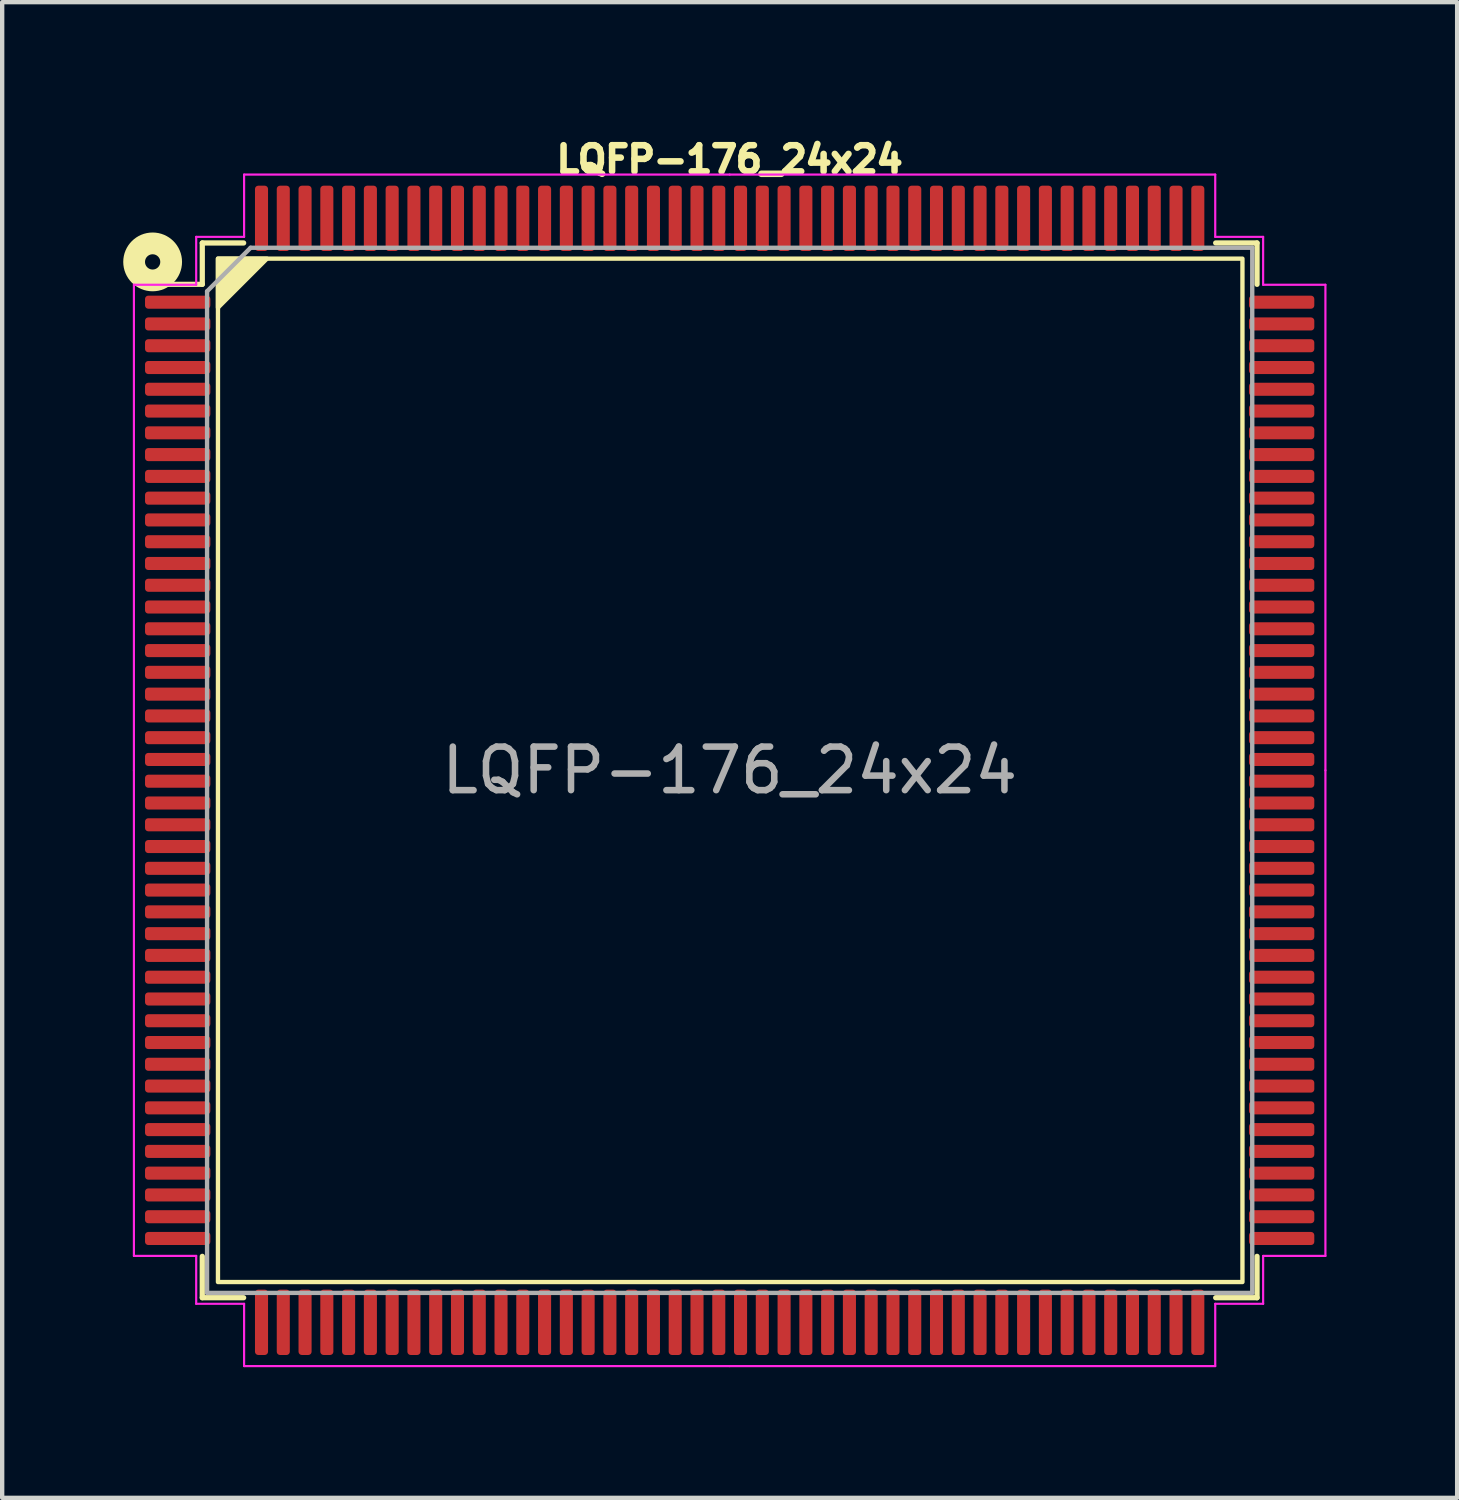
<source format=kicad_pcb>
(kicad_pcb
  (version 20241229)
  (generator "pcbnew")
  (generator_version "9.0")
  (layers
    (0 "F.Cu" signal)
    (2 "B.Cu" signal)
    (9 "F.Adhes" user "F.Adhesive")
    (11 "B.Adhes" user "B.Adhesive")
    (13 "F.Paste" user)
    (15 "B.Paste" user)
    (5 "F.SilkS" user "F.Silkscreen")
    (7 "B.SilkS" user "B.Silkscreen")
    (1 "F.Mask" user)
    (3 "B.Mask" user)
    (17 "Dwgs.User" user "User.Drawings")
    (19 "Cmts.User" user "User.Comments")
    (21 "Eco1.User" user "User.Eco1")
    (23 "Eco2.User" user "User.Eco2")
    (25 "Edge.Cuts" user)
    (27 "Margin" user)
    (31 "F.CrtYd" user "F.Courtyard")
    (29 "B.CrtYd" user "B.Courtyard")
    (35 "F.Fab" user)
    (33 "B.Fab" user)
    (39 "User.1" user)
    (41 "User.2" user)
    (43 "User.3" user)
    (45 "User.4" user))
  (footprint "LQFP-176_24x24"
    (layer "F.Cu")
    (at 13.705 14.639)
    (property "Reference" "LQFP-176_24x24" (at 0 -14.025 0) (layer "F.SilkS") (effects (font (size 0.6 0.6) (thickness 0.15))))
    (attr smd)
    (fp_line (start -12.11 -12.11) (end -12.11 -11.16) (stroke (width 0.12) (type solid)) (layer "F.SilkS"))
    (fp_line (start -12.11 -11.16) (end -13.425 -11.16) (stroke (width 0.12) (type solid)) (layer "F.SilkS"))
    (fp_line (start -12.11 12.11) (end -12.11 11.16) (stroke (width 0.12) (type solid)) (layer "F.SilkS"))
    (fp_line (start -11.16 -12.11) (end -12.11 -12.11) (stroke (width 0.12) (type solid)) (layer "F.SilkS"))
    (fp_line (start -11.16 12.11) (end -12.11 12.11) (stroke (width 0.12) (type solid)) (layer "F.SilkS"))
    (fp_line (start 11.16 -12.11) (end 12.11 -12.11) (stroke (width 0.12) (type solid)) (layer "F.SilkS"))
    (fp_line (start 11.16 12.11) (end 12.11 12.11) (stroke (width 0.12) (type solid)) (layer "F.SilkS"))
    (fp_line (start 12.11 -12.11) (end 12.11 -11.16) (stroke (width 0.12) (type solid)) (layer "F.SilkS"))
    (fp_line (start 12.11 12.11) (end 12.11 11.16) (stroke (width 0.12) (type solid)) (layer "F.SilkS"))
    (fp_rect (start -11.75 -11.75) (end 11.775 11.75) (stroke (width 0.1) (type default)) (fill no) (layer "F.SilkS"))
    (fp_circle (center -13.25 -11.675) (end -13.075 -11.675) (stroke (width 0.5) (type default)) (fill no) (layer "F.SilkS"))
    (fp_poly (pts (xy -11.75 -10.625) (xy -11.75 -11.75) (xy -10.625 -11.75)) (stroke (width 0.1) (type solid)) (fill yes) (layer "F.SilkS"))
    (fp_line (start -13.68 -11.15) (end -13.68 0) (stroke (width 0.05) (type solid)) (layer "F.CrtYd"))
    (fp_line (start -13.68 11.15) (end -13.68 0) (stroke (width 0.05) (type solid)) (layer "F.CrtYd"))
    (fp_line (start -12.25 -12.25) (end -12.25 -11.15) (stroke (width 0.05) (type solid)) (layer "F.CrtYd"))
    (fp_line (start -12.25 -11.15) (end -13.68 -11.15) (stroke (width 0.05) (type solid)) (layer "F.CrtYd"))
    (fp_line (start -12.25 11.15) (end -13.68 11.15) (stroke (width 0.05) (type solid)) (layer "F.CrtYd"))
    (fp_line (start -12.25 12.25) (end -12.25 11.15) (stroke (width 0.05) (type solid)) (layer "F.CrtYd"))
    (fp_line (start -11.15 -13.68) (end -11.15 -12.25) (stroke (width 0.05) (type solid)) (layer "F.CrtYd"))
    (fp_line (start -11.15 -12.25) (end -12.25 -12.25) (stroke (width 0.05) (type solid)) (layer "F.CrtYd"))
    (fp_line (start -11.15 12.25) (end -12.25 12.25) (stroke (width 0.05) (type solid)) (layer "F.CrtYd"))
    (fp_line (start -11.15 13.68) (end -11.15 12.25) (stroke (width 0.05) (type solid)) (layer "F.CrtYd"))
    (fp_line (start 0 -13.68) (end -11.15 -13.68) (stroke (width 0.05) (type solid)) (layer "F.CrtYd"))
    (fp_line (start 0 -13.68) (end 11.15 -13.68) (stroke (width 0.05) (type solid)) (layer "F.CrtYd"))
    (fp_line (start 0 13.68) (end -11.15 13.68) (stroke (width 0.05) (type solid)) (layer "F.CrtYd"))
    (fp_line (start 0 13.68) (end 11.15 13.68) (stroke (width 0.05) (type solid)) (layer "F.CrtYd"))
    (fp_line (start 11.15 -13.68) (end 11.15 -12.25) (stroke (width 0.05) (type solid)) (layer "F.CrtYd"))
    (fp_line (start 11.15 -12.25) (end 12.25 -12.25) (stroke (width 0.05) (type solid)) (layer "F.CrtYd"))
    (fp_line (start 11.15 12.25) (end 12.25 12.25) (stroke (width 0.05) (type solid)) (layer "F.CrtYd"))
    (fp_line (start 11.15 13.68) (end 11.15 12.25) (stroke (width 0.05) (type solid)) (layer "F.CrtYd"))
    (fp_line (start 12.25 -12.25) (end 12.25 -11.15) (stroke (width 0.05) (type solid)) (layer "F.CrtYd"))
    (fp_line (start 12.25 -11.15) (end 13.68 -11.15) (stroke (width 0.05) (type solid)) (layer "F.CrtYd"))
    (fp_line (start 12.25 11.15) (end 13.68 11.15) (stroke (width 0.05) (type solid)) (layer "F.CrtYd"))
    (fp_line (start 12.25 12.25) (end 12.25 11.15) (stroke (width 0.05) (type solid)) (layer "F.CrtYd"))
    (fp_line (start 13.68 -11.15) (end 13.68 0) (stroke (width 0.05) (type solid)) (layer "F.CrtYd"))
    (fp_line (start 13.68 11.15) (end 13.68 0) (stroke (width 0.05) (type solid)) (layer "F.CrtYd"))
    (fp_line (start -12 -11) (end -11 -12) (stroke (width 0.1) (type solid)) (layer "F.Fab"))
    (fp_line (start -12 12) (end -12 -11) (stroke (width 0.1) (type solid)) (layer "F.Fab"))
    (fp_line (start -11 -12) (end 12 -12) (stroke (width 0.1) (type solid)) (layer "F.Fab"))
    (fp_line (start 12 -12) (end 12 12) (stroke (width 0.1) (type solid)) (layer "F.Fab"))
    (fp_line (start 12 12) (end -12 12) (stroke (width 0.1) (type solid)) (layer "F.Fab"))
    (fp_text user "${REFERENCE}" (at 0 0 0) (layer "F.Fab") (effects (font (size 1 1) (thickness 0.15))))
    (pad "1" smd roundrect (at -12.675 -10.75) (size 1.5 0.3) (layers "F.Cu" "F.Mask" "F.Paste") (roundrect_rratio 0.25))
    (pad "2" smd roundrect (at -12.675 -10.25) (size 1.5 0.3) (layers "F.Cu" "F.Mask" "F.Paste") (roundrect_rratio 0.25))
    (pad "3" smd roundrect (at -12.675 -9.75) (size 1.5 0.3) (layers "F.Cu" "F.Mask" "F.Paste") (roundrect_rratio 0.25))
    (pad "4" smd roundrect (at -12.675 -9.25) (size 1.5 0.3) (layers "F.Cu" "F.Mask" "F.Paste") (roundrect_rratio 0.25))
    (pad "5" smd roundrect (at -12.675 -8.75) (size 1.5 0.3) (layers "F.Cu" "F.Mask" "F.Paste") (roundrect_rratio 0.25))
    (pad "6" smd roundrect (at -12.675 -8.25) (size 1.5 0.3) (layers "F.Cu" "F.Mask" "F.Paste") (roundrect_rratio 0.25))
    (pad "7" smd roundrect (at -12.675 -7.75) (size 1.5 0.3) (layers "F.Cu" "F.Mask" "F.Paste") (roundrect_rratio 0.25))
    (pad "8" smd roundrect (at -12.675 -7.25) (size 1.5 0.3) (layers "F.Cu" "F.Mask" "F.Paste") (roundrect_rratio 0.25))
    (pad "9" smd roundrect (at -12.675 -6.75) (size 1.5 0.3) (layers "F.Cu" "F.Mask" "F.Paste") (roundrect_rratio 0.25))
    (pad "10" smd roundrect (at -12.675 -6.25) (size 1.5 0.3) (layers "F.Cu" "F.Mask" "F.Paste") (roundrect_rratio 0.25))
    (pad "11" smd roundrect (at -12.675 -5.75) (size 1.5 0.3) (layers "F.Cu" "F.Mask" "F.Paste") (roundrect_rratio 0.25))
    (pad "12" smd roundrect (at -12.675 -5.25) (size 1.5 0.3) (layers "F.Cu" "F.Mask" "F.Paste") (roundrect_rratio 0.25))
    (pad "13" smd roundrect (at -12.675 -4.75) (size 1.5 0.3) (layers "F.Cu" "F.Mask" "F.Paste") (roundrect_rratio 0.25))
    (pad "14" smd roundrect (at -12.675 -4.25) (size 1.5 0.3) (layers "F.Cu" "F.Mask" "F.Paste") (roundrect_rratio 0.25))
    (pad "15" smd roundrect (at -12.675 -3.75) (size 1.5 0.3) (layers "F.Cu" "F.Mask" "F.Paste") (roundrect_rratio 0.25))
    (pad "16" smd roundrect (at -12.675 -3.25) (size 1.5 0.3) (layers "F.Cu" "F.Mask" "F.Paste") (roundrect_rratio 0.25))
    (pad "17" smd roundrect (at -12.675 -2.75) (size 1.5 0.3) (layers "F.Cu" "F.Mask" "F.Paste") (roundrect_rratio 0.25))
    (pad "18" smd roundrect (at -12.675 -2.25) (size 1.5 0.3) (layers "F.Cu" "F.Mask" "F.Paste") (roundrect_rratio 0.25))
    (pad "19" smd roundrect (at -12.675 -1.75) (size 1.5 0.3) (layers "F.Cu" "F.Mask" "F.Paste") (roundrect_rratio 0.25))
    (pad "20" smd roundrect (at -12.675 -1.25) (size 1.5 0.3) (layers "F.Cu" "F.Mask" "F.Paste") (roundrect_rratio 0.25))
    (pad "21" smd roundrect (at -12.675 -0.75) (size 1.5 0.3) (layers "F.Cu" "F.Mask" "F.Paste") (roundrect_rratio 0.25))
    (pad "22" smd roundrect (at -12.675 -0.25) (size 1.5 0.3) (layers "F.Cu" "F.Mask" "F.Paste") (roundrect_rratio 0.25))
    (pad "23" smd roundrect (at -12.675 0.25) (size 1.5 0.3) (layers "F.Cu" "F.Mask" "F.Paste") (roundrect_rratio 0.25))
    (pad "24" smd roundrect (at -12.675 0.75) (size 1.5 0.3) (layers "F.Cu" "F.Mask" "F.Paste") (roundrect_rratio 0.25))
    (pad "25" smd roundrect (at -12.675 1.25) (size 1.5 0.3) (layers "F.Cu" "F.Mask" "F.Paste") (roundrect_rratio 0.25))
    (pad "26" smd roundrect (at -12.675 1.75) (size 1.5 0.3) (layers "F.Cu" "F.Mask" "F.Paste") (roundrect_rratio 0.25))
    (pad "27" smd roundrect (at -12.675 2.25) (size 1.5 0.3) (layers "F.Cu" "F.Mask" "F.Paste") (roundrect_rratio 0.25))
    (pad "28" smd roundrect (at -12.675 2.75) (size 1.5 0.3) (layers "F.Cu" "F.Mask" "F.Paste") (roundrect_rratio 0.25))
    (pad "29" smd roundrect (at -12.675 3.25) (size 1.5 0.3) (layers "F.Cu" "F.Mask" "F.Paste") (roundrect_rratio 0.25))
    (pad "30" smd roundrect (at -12.675 3.75) (size 1.5 0.3) (layers "F.Cu" "F.Mask" "F.Paste") (roundrect_rratio 0.25))
    (pad "31" smd roundrect (at -12.675 4.25) (size 1.5 0.3) (layers "F.Cu" "F.Mask" "F.Paste") (roundrect_rratio 0.25))
    (pad "32" smd roundrect (at -12.675 4.75) (size 1.5 0.3) (layers "F.Cu" "F.Mask" "F.Paste") (roundrect_rratio 0.25))
    (pad "33" smd roundrect (at -12.675 5.25) (size 1.5 0.3) (layers "F.Cu" "F.Mask" "F.Paste") (roundrect_rratio 0.25))
    (pad "34" smd roundrect (at -12.675 5.75) (size 1.5 0.3) (layers "F.Cu" "F.Mask" "F.Paste") (roundrect_rratio 0.25))
    (pad "35" smd roundrect (at -12.675 6.25) (size 1.5 0.3) (layers "F.Cu" "F.Mask" "F.Paste") (roundrect_rratio 0.25))
    (pad "36" smd roundrect (at -12.675 6.75) (size 1.5 0.3) (layers "F.Cu" "F.Mask" "F.Paste") (roundrect_rratio 0.25))
    (pad "37" smd roundrect (at -12.675 7.25) (size 1.5 0.3) (layers "F.Cu" "F.Mask" "F.Paste") (roundrect_rratio 0.25))
    (pad "38" smd roundrect (at -12.675 7.75) (size 1.5 0.3) (layers "F.Cu" "F.Mask" "F.Paste") (roundrect_rratio 0.25))
    (pad "39" smd roundrect (at -12.675 8.25) (size 1.5 0.3) (layers "F.Cu" "F.Mask" "F.Paste") (roundrect_rratio 0.25))
    (pad "40" smd roundrect (at -12.675 8.75) (size 1.5 0.3) (layers "F.Cu" "F.Mask" "F.Paste") (roundrect_rratio 0.25))
    (pad "41" smd roundrect (at -12.675 9.25) (size 1.5 0.3) (layers "F.Cu" "F.Mask" "F.Paste") (roundrect_rratio 0.25))
    (pad "42" smd roundrect (at -12.675 9.75) (size 1.5 0.3) (layers "F.Cu" "F.Mask" "F.Paste") (roundrect_rratio 0.25))
    (pad "43" smd roundrect (at -12.675 10.25) (size 1.5 0.3) (layers "F.Cu" "F.Mask" "F.Paste") (roundrect_rratio 0.25))
    (pad "44" smd roundrect (at -12.675 10.75) (size 1.5 0.3) (layers "F.Cu" "F.Mask" "F.Paste") (roundrect_rratio 0.25))
    (pad "45" smd roundrect (at -10.75 12.675) (size 0.3 1.5) (layers "F.Cu" "F.Mask" "F.Paste") (roundrect_rratio 0.25))
    (pad "46" smd roundrect (at -10.25 12.675) (size 0.3 1.5) (layers "F.Cu" "F.Mask" "F.Paste") (roundrect_rratio 0.25))
    (pad "47" smd roundrect (at -9.75 12.675) (size 0.3 1.5) (layers "F.Cu" "F.Mask" "F.Paste") (roundrect_rratio 0.25))
    (pad "48" smd roundrect (at -9.25 12.675) (size 0.3 1.5) (layers "F.Cu" "F.Mask" "F.Paste") (roundrect_rratio 0.25))
    (pad "49" smd roundrect (at -8.75 12.675) (size 0.3 1.5) (layers "F.Cu" "F.Mask" "F.Paste") (roundrect_rratio 0.25))
    (pad "50" smd roundrect (at -8.25 12.675) (size 0.3 1.5) (layers "F.Cu" "F.Mask" "F.Paste") (roundrect_rratio 0.25))
    (pad "51" smd roundrect (at -7.75 12.675) (size 0.3 1.5) (layers "F.Cu" "F.Mask" "F.Paste") (roundrect_rratio 0.25))
    (pad "52" smd roundrect (at -7.25 12.675) (size 0.3 1.5) (layers "F.Cu" "F.Mask" "F.Paste") (roundrect_rratio 0.25))
    (pad "53" smd roundrect (at -6.75 12.675) (size 0.3 1.5) (layers "F.Cu" "F.Mask" "F.Paste") (roundrect_rratio 0.25))
    (pad "54" smd roundrect (at -6.25 12.675) (size 0.3 1.5) (layers "F.Cu" "F.Mask" "F.Paste") (roundrect_rratio 0.25))
    (pad "55" smd roundrect (at -5.75 12.675) (size 0.3 1.5) (layers "F.Cu" "F.Mask" "F.Paste") (roundrect_rratio 0.25))
    (pad "56" smd roundrect (at -5.25 12.675) (size 0.3 1.5) (layers "F.Cu" "F.Mask" "F.Paste") (roundrect_rratio 0.25))
    (pad "57" smd roundrect (at -4.75 12.675) (size 0.3 1.5) (layers "F.Cu" "F.Mask" "F.Paste") (roundrect_rratio 0.25))
    (pad "58" smd roundrect (at -4.25 12.675) (size 0.3 1.5) (layers "F.Cu" "F.Mask" "F.Paste") (roundrect_rratio 0.25))
    (pad "59" smd roundrect (at -3.75 12.675) (size 0.3 1.5) (layers "F.Cu" "F.Mask" "F.Paste") (roundrect_rratio 0.25))
    (pad "60" smd roundrect (at -3.25 12.675) (size 0.3 1.5) (layers "F.Cu" "F.Mask" "F.Paste") (roundrect_rratio 0.25))
    (pad "61" smd roundrect (at -2.75 12.675) (size 0.3 1.5) (layers "F.Cu" "F.Mask" "F.Paste") (roundrect_rratio 0.25))
    (pad "62" smd roundrect (at -2.25 12.675) (size 0.3 1.5) (layers "F.Cu" "F.Mask" "F.Paste") (roundrect_rratio 0.25))
    (pad "63" smd roundrect (at -1.75 12.675) (size 0.3 1.5) (layers "F.Cu" "F.Mask" "F.Paste") (roundrect_rratio 0.25))
    (pad "64" smd roundrect (at -1.25 12.675) (size 0.3 1.5) (layers "F.Cu" "F.Mask" "F.Paste") (roundrect_rratio 0.25))
    (pad "65" smd roundrect (at -0.75 12.675) (size 0.3 1.5) (layers "F.Cu" "F.Mask" "F.Paste") (roundrect_rratio 0.25))
    (pad "66" smd roundrect (at -0.25 12.675) (size 0.3 1.5) (layers "F.Cu" "F.Mask" "F.Paste") (roundrect_rratio 0.25))
    (pad "67" smd roundrect (at 0.25 12.675) (size 0.3 1.5) (layers "F.Cu" "F.Mask" "F.Paste") (roundrect_rratio 0.25))
    (pad "68" smd roundrect (at 0.75 12.675) (size 0.3 1.5) (layers "F.Cu" "F.Mask" "F.Paste") (roundrect_rratio 0.25))
    (pad "69" smd roundrect (at 1.25 12.675) (size 0.3 1.5) (layers "F.Cu" "F.Mask" "F.Paste") (roundrect_rratio 0.25))
    (pad "70" smd roundrect (at 1.75 12.675) (size 0.3 1.5) (layers "F.Cu" "F.Mask" "F.Paste") (roundrect_rratio 0.25))
    (pad "71" smd roundrect (at 2.25 12.675) (size 0.3 1.5) (layers "F.Cu" "F.Mask" "F.Paste") (roundrect_rratio 0.25))
    (pad "72" smd roundrect (at 2.75 12.675) (size 0.3 1.5) (layers "F.Cu" "F.Mask" "F.Paste") (roundrect_rratio 0.25))
    (pad "73" smd roundrect (at 3.25 12.675) (size 0.3 1.5) (layers "F.Cu" "F.Mask" "F.Paste") (roundrect_rratio 0.25))
    (pad "74" smd roundrect (at 3.75 12.675) (size 0.3 1.5) (layers "F.Cu" "F.Mask" "F.Paste") (roundrect_rratio 0.25))
    (pad "75" smd roundrect (at 4.25 12.675) (size 0.3 1.5) (layers "F.Cu" "F.Mask" "F.Paste") (roundrect_rratio 0.25))
    (pad "76" smd roundrect (at 4.75 12.675) (size 0.3 1.5) (layers "F.Cu" "F.Mask" "F.Paste") (roundrect_rratio 0.25))
    (pad "77" smd roundrect (at 5.25 12.675) (size 0.3 1.5) (layers "F.Cu" "F.Mask" "F.Paste") (roundrect_rratio 0.25))
    (pad "78" smd roundrect (at 5.75 12.675) (size 0.3 1.5) (layers "F.Cu" "F.Mask" "F.Paste") (roundrect_rratio 0.25))
    (pad "79" smd roundrect (at 6.25 12.675) (size 0.3 1.5) (layers "F.Cu" "F.Mask" "F.Paste") (roundrect_rratio 0.25))
    (pad "80" smd roundrect (at 6.75 12.675) (size 0.3 1.5) (layers "F.Cu" "F.Mask" "F.Paste") (roundrect_rratio 0.25))
    (pad "81" smd roundrect (at 7.25 12.675) (size 0.3 1.5) (layers "F.Cu" "F.Mask" "F.Paste") (roundrect_rratio 0.25))
    (pad "82" smd roundrect (at 7.75 12.675) (size 0.3 1.5) (layers "F.Cu" "F.Mask" "F.Paste") (roundrect_rratio 0.25))
    (pad "83" smd roundrect (at 8.25 12.675) (size 0.3 1.5) (layers "F.Cu" "F.Mask" "F.Paste") (roundrect_rratio 0.25))
    (pad "84" smd roundrect (at 8.75 12.675) (size 0.3 1.5) (layers "F.Cu" "F.Mask" "F.Paste") (roundrect_rratio 0.25))
    (pad "85" smd roundrect (at 9.25 12.675) (size 0.3 1.5) (layers "F.Cu" "F.Mask" "F.Paste") (roundrect_rratio 0.25))
    (pad "86" smd roundrect (at 9.75 12.675) (size 0.3 1.5) (layers "F.Cu" "F.Mask" "F.Paste") (roundrect_rratio 0.25))
    (pad "87" smd roundrect (at 10.25 12.675) (size 0.3 1.5) (layers "F.Cu" "F.Mask" "F.Paste") (roundrect_rratio 0.25))
    (pad "88" smd roundrect (at 10.75 12.675) (size 0.3 1.5) (layers "F.Cu" "F.Mask" "F.Paste") (roundrect_rratio 0.25))
    (pad "89" smd roundrect (at 12.675 10.75) (size 1.5 0.3) (layers "F.Cu" "F.Mask" "F.Paste") (roundrect_rratio 0.25))
    (pad "90" smd roundrect (at 12.675 10.25) (size 1.5 0.3) (layers "F.Cu" "F.Mask" "F.Paste") (roundrect_rratio 0.25))
    (pad "91" smd roundrect (at 12.675 9.75) (size 1.5 0.3) (layers "F.Cu" "F.Mask" "F.Paste") (roundrect_rratio 0.25))
    (pad "92" smd roundrect (at 12.675 9.25) (size 1.5 0.3) (layers "F.Cu" "F.Mask" "F.Paste") (roundrect_rratio 0.25))
    (pad "93" smd roundrect (at 12.675 8.75) (size 1.5 0.3) (layers "F.Cu" "F.Mask" "F.Paste") (roundrect_rratio 0.25))
    (pad "94" smd roundrect (at 12.675 8.25) (size 1.5 0.3) (layers "F.Cu" "F.Mask" "F.Paste") (roundrect_rratio 0.25))
    (pad "95" smd roundrect (at 12.675 7.75) (size 1.5 0.3) (layers "F.Cu" "F.Mask" "F.Paste") (roundrect_rratio 0.25))
    (pad "96" smd roundrect (at 12.675 7.25) (size 1.5 0.3) (layers "F.Cu" "F.Mask" "F.Paste") (roundrect_rratio 0.25))
    (pad "97" smd roundrect (at 12.675 6.75) (size 1.5 0.3) (layers "F.Cu" "F.Mask" "F.Paste") (roundrect_rratio 0.25))
    (pad "98" smd roundrect (at 12.675 6.25) (size 1.5 0.3) (layers "F.Cu" "F.Mask" "F.Paste") (roundrect_rratio 0.25))
    (pad "99" smd roundrect (at 12.675 5.75) (size 1.5 0.3) (layers "F.Cu" "F.Mask" "F.Paste") (roundrect_rratio 0.25))
    (pad "100" smd roundrect (at 12.675 5.25) (size 1.5 0.3) (layers "F.Cu" "F.Mask" "F.Paste") (roundrect_rratio 0.25))
    (pad "101" smd roundrect (at 12.675 4.75) (size 1.5 0.3) (layers "F.Cu" "F.Mask" "F.Paste") (roundrect_rratio 0.25))
    (pad "102" smd roundrect (at 12.675 4.25) (size 1.5 0.3) (layers "F.Cu" "F.Mask" "F.Paste") (roundrect_rratio 0.25))
    (pad "103" smd roundrect (at 12.675 3.75) (size 1.5 0.3) (layers "F.Cu" "F.Mask" "F.Paste") (roundrect_rratio 0.25))
    (pad "104" smd roundrect (at 12.675 3.25) (size 1.5 0.3) (layers "F.Cu" "F.Mask" "F.Paste") (roundrect_rratio 0.25))
    (pad "105" smd roundrect (at 12.675 2.75) (size 1.5 0.3) (layers "F.Cu" "F.Mask" "F.Paste") (roundrect_rratio 0.25))
    (pad "106" smd roundrect (at 12.675 2.25) (size 1.5 0.3) (layers "F.Cu" "F.Mask" "F.Paste") (roundrect_rratio 0.25))
    (pad "107" smd roundrect (at 12.675 1.75) (size 1.5 0.3) (layers "F.Cu" "F.Mask" "F.Paste") (roundrect_rratio 0.25))
    (pad "108" smd roundrect (at 12.675 1.25) (size 1.5 0.3) (layers "F.Cu" "F.Mask" "F.Paste") (roundrect_rratio 0.25))
    (pad "109" smd roundrect (at 12.675 0.75) (size 1.5 0.3) (layers "F.Cu" "F.Mask" "F.Paste") (roundrect_rratio 0.25))
    (pad "110" smd roundrect (at 12.675 0.25) (size 1.5 0.3) (layers "F.Cu" "F.Mask" "F.Paste") (roundrect_rratio 0.25))
    (pad "111" smd roundrect (at 12.675 -0.25) (size 1.5 0.3) (layers "F.Cu" "F.Mask" "F.Paste") (roundrect_rratio 0.25))
    (pad "112" smd roundrect (at 12.675 -0.75) (size 1.5 0.3) (layers "F.Cu" "F.Mask" "F.Paste") (roundrect_rratio 0.25))
    (pad "113" smd roundrect (at 12.675 -1.25) (size 1.5 0.3) (layers "F.Cu" "F.Mask" "F.Paste") (roundrect_rratio 0.25))
    (pad "114" smd roundrect (at 12.675 -1.75) (size 1.5 0.3) (layers "F.Cu" "F.Mask" "F.Paste") (roundrect_rratio 0.25))
    (pad "115" smd roundrect (at 12.675 -2.25) (size 1.5 0.3) (layers "F.Cu" "F.Mask" "F.Paste") (roundrect_rratio 0.25))
    (pad "116" smd roundrect (at 12.675 -2.75) (size 1.5 0.3) (layers "F.Cu" "F.Mask" "F.Paste") (roundrect_rratio 0.25))
    (pad "117" smd roundrect (at 12.675 -3.25) (size 1.5 0.3) (layers "F.Cu" "F.Mask" "F.Paste") (roundrect_rratio 0.25))
    (pad "118" smd roundrect (at 12.675 -3.75) (size 1.5 0.3) (layers "F.Cu" "F.Mask" "F.Paste") (roundrect_rratio 0.25))
    (pad "119" smd roundrect (at 12.675 -4.25) (size 1.5 0.3) (layers "F.Cu" "F.Mask" "F.Paste") (roundrect_rratio 0.25))
    (pad "120" smd roundrect (at 12.675 -4.75) (size 1.5 0.3) (layers "F.Cu" "F.Mask" "F.Paste") (roundrect_rratio 0.25))
    (pad "121" smd roundrect (at 12.675 -5.25) (size 1.5 0.3) (layers "F.Cu" "F.Mask" "F.Paste") (roundrect_rratio 0.25))
    (pad "122" smd roundrect (at 12.675 -5.75) (size 1.5 0.3) (layers "F.Cu" "F.Mask" "F.Paste") (roundrect_rratio 0.25))
    (pad "123" smd roundrect (at 12.675 -6.25) (size 1.5 0.3) (layers "F.Cu" "F.Mask" "F.Paste") (roundrect_rratio 0.25))
    (pad "124" smd roundrect (at 12.675 -6.75) (size 1.5 0.3) (layers "F.Cu" "F.Mask" "F.Paste") (roundrect_rratio 0.25))
    (pad "125" smd roundrect (at 12.675 -7.25) (size 1.5 0.3) (layers "F.Cu" "F.Mask" "F.Paste") (roundrect_rratio 0.25))
    (pad "126" smd roundrect (at 12.675 -7.75) (size 1.5 0.3) (layers "F.Cu" "F.Mask" "F.Paste") (roundrect_rratio 0.25))
    (pad "127" smd roundrect (at 12.675 -8.25) (size 1.5 0.3) (layers "F.Cu" "F.Mask" "F.Paste") (roundrect_rratio 0.25))
    (pad "128" smd roundrect (at 12.675 -8.75) (size 1.5 0.3) (layers "F.Cu" "F.Mask" "F.Paste") (roundrect_rratio 0.25))
    (pad "129" smd roundrect (at 12.675 -9.25) (size 1.5 0.3) (layers "F.Cu" "F.Mask" "F.Paste") (roundrect_rratio 0.25))
    (pad "130" smd roundrect (at 12.675 -9.75) (size 1.5 0.3) (layers "F.Cu" "F.Mask" "F.Paste") (roundrect_rratio 0.25))
    (pad "131" smd roundrect (at 12.675 -10.25) (size 1.5 0.3) (layers "F.Cu" "F.Mask" "F.Paste") (roundrect_rratio 0.25))
    (pad "132" smd roundrect (at 12.675 -10.75) (size 1.5 0.3) (layers "F.Cu" "F.Mask" "F.Paste") (roundrect_rratio 0.25))
    (pad "133" smd roundrect (at 10.75 -12.675) (size 0.3 1.5) (layers "F.Cu" "F.Mask" "F.Paste") (roundrect_rratio 0.25))
    (pad "134" smd roundrect (at 10.25 -12.675) (size 0.3 1.5) (layers "F.Cu" "F.Mask" "F.Paste") (roundrect_rratio 0.25))
    (pad "135" smd roundrect (at 9.75 -12.675) (size 0.3 1.5) (layers "F.Cu" "F.Mask" "F.Paste") (roundrect_rratio 0.25))
    (pad "136" smd roundrect (at 9.25 -12.675) (size 0.3 1.5) (layers "F.Cu" "F.Mask" "F.Paste") (roundrect_rratio 0.25))
    (pad "137" smd roundrect (at 8.75 -12.675) (size 0.3 1.5) (layers "F.Cu" "F.Mask" "F.Paste") (roundrect_rratio 0.25))
    (pad "138" smd roundrect (at 8.25 -12.675) (size 0.3 1.5) (layers "F.Cu" "F.Mask" "F.Paste") (roundrect_rratio 0.25))
    (pad "139" smd roundrect (at 7.75 -12.675) (size 0.3 1.5) (layers "F.Cu" "F.Mask" "F.Paste") (roundrect_rratio 0.25))
    (pad "140" smd roundrect (at 7.25 -12.675) (size 0.3 1.5) (layers "F.Cu" "F.Mask" "F.Paste") (roundrect_rratio 0.25))
    (pad "141" smd roundrect (at 6.75 -12.675) (size 0.3 1.5) (layers "F.Cu" "F.Mask" "F.Paste") (roundrect_rratio 0.25))
    (pad "142" smd roundrect (at 6.25 -12.675) (size 0.3 1.5) (layers "F.Cu" "F.Mask" "F.Paste") (roundrect_rratio 0.25))
    (pad "143" smd roundrect (at 5.75 -12.675) (size 0.3 1.5) (layers "F.Cu" "F.Mask" "F.Paste") (roundrect_rratio 0.25))
    (pad "144" smd roundrect (at 5.25 -12.675) (size 0.3 1.5) (layers "F.Cu" "F.Mask" "F.Paste") (roundrect_rratio 0.25))
    (pad "145" smd roundrect (at 4.75 -12.675) (size 0.3 1.5) (layers "F.Cu" "F.Mask" "F.Paste") (roundrect_rratio 0.25))
    (pad "146" smd roundrect (at 4.25 -12.675) (size 0.3 1.5) (layers "F.Cu" "F.Mask" "F.Paste") (roundrect_rratio 0.25))
    (pad "147" smd roundrect (at 3.75 -12.675) (size 0.3 1.5) (layers "F.Cu" "F.Mask" "F.Paste") (roundrect_rratio 0.25))
    (pad "148" smd roundrect (at 3.25 -12.675) (size 0.3 1.5) (layers "F.Cu" "F.Mask" "F.Paste") (roundrect_rratio 0.25))
    (pad "149" smd roundrect (at 2.75 -12.675) (size 0.3 1.5) (layers "F.Cu" "F.Mask" "F.Paste") (roundrect_rratio 0.25))
    (pad "150" smd roundrect (at 2.25 -12.675) (size 0.3 1.5) (layers "F.Cu" "F.Mask" "F.Paste") (roundrect_rratio 0.25))
    (pad "151" smd roundrect (at 1.75 -12.675) (size 0.3 1.5) (layers "F.Cu" "F.Mask" "F.Paste") (roundrect_rratio 0.25))
    (pad "152" smd roundrect (at 1.25 -12.675) (size 0.3 1.5) (layers "F.Cu" "F.Mask" "F.Paste") (roundrect_rratio 0.25))
    (pad "153" smd roundrect (at 0.75 -12.675) (size 0.3 1.5) (layers "F.Cu" "F.Mask" "F.Paste") (roundrect_rratio 0.25))
    (pad "154" smd roundrect (at 0.25 -12.675) (size 0.3 1.5) (layers "F.Cu" "F.Mask" "F.Paste") (roundrect_rratio 0.25))
    (pad "155" smd roundrect (at -0.25 -12.675) (size 0.3 1.5) (layers "F.Cu" "F.Mask" "F.Paste") (roundrect_rratio 0.25))
    (pad "156" smd roundrect (at -0.75 -12.675) (size 0.3 1.5) (layers "F.Cu" "F.Mask" "F.Paste") (roundrect_rratio 0.25))
    (pad "157" smd roundrect (at -1.25 -12.675) (size 0.3 1.5) (layers "F.Cu" "F.Mask" "F.Paste") (roundrect_rratio 0.25))
    (pad "158" smd roundrect (at -1.75 -12.675) (size 0.3 1.5) (layers "F.Cu" "F.Mask" "F.Paste") (roundrect_rratio 0.25))
    (pad "159" smd roundrect (at -2.25 -12.675) (size 0.3 1.5) (layers "F.Cu" "F.Mask" "F.Paste") (roundrect_rratio 0.25))
    (pad "160" smd roundrect (at -2.75 -12.675) (size 0.3 1.5) (layers "F.Cu" "F.Mask" "F.Paste") (roundrect_rratio 0.25))
    (pad "161" smd roundrect (at -3.25 -12.675) (size 0.3 1.5) (layers "F.Cu" "F.Mask" "F.Paste") (roundrect_rratio 0.25))
    (pad "162" smd roundrect (at -3.75 -12.675) (size 0.3 1.5) (layers "F.Cu" "F.Mask" "F.Paste") (roundrect_rratio 0.25))
    (pad "163" smd roundrect (at -4.25 -12.675) (size 0.3 1.5) (layers "F.Cu" "F.Mask" "F.Paste") (roundrect_rratio 0.25))
    (pad "164" smd roundrect (at -4.75 -12.675) (size 0.3 1.5) (layers "F.Cu" "F.Mask" "F.Paste") (roundrect_rratio 0.25))
    (pad "165" smd roundrect (at -5.25 -12.675) (size 0.3 1.5) (layers "F.Cu" "F.Mask" "F.Paste") (roundrect_rratio 0.25))
    (pad "166" smd roundrect (at -5.75 -12.675) (size 0.3 1.5) (layers "F.Cu" "F.Mask" "F.Paste") (roundrect_rratio 0.25))
    (pad "167" smd roundrect (at -6.25 -12.675) (size 0.3 1.5) (layers "F.Cu" "F.Mask" "F.Paste") (roundrect_rratio 0.25))
    (pad "168" smd roundrect (at -6.75 -12.675) (size 0.3 1.5) (layers "F.Cu" "F.Mask" "F.Paste") (roundrect_rratio 0.25))
    (pad "169" smd roundrect (at -7.25 -12.675) (size 0.3 1.5) (layers "F.Cu" "F.Mask" "F.Paste") (roundrect_rratio 0.25))
    (pad "170" smd roundrect (at -7.75 -12.675) (size 0.3 1.5) (layers "F.Cu" "F.Mask" "F.Paste") (roundrect_rratio 0.25))
    (pad "171" smd roundrect (at -8.25 -12.675) (size 0.3 1.5) (layers "F.Cu" "F.Mask" "F.Paste") (roundrect_rratio 0.25))
    (pad "172" smd roundrect (at -8.75 -12.675) (size 0.3 1.5) (layers "F.Cu" "F.Mask" "F.Paste") (roundrect_rratio 0.25))
    (pad "173" smd roundrect (at -9.25 -12.675) (size 0.3 1.5) (layers "F.Cu" "F.Mask" "F.Paste") (roundrect_rratio 0.25))
    (pad "174" smd roundrect (at -9.75 -12.675) (size 0.3 1.5) (layers "F.Cu" "F.Mask" "F.Paste") (roundrect_rratio 0.25))
    (pad "175" smd roundrect (at -10.25 -12.675) (size 0.3 1.5) (layers "F.Cu" "F.Mask" "F.Paste") (roundrect_rratio 0.25))
    (pad "176" smd roundrect (at -10.75 -12.675) (size 0.3 1.5) (layers "F.Cu" "F.Mask" "F.Paste") (roundrect_rratio 0.25)))
  (gr_rect
    (start -3 -3)
    (end 30.41 31.344)
    (stroke (width 0.1) (type default))
    (fill no)
    (layer "Edge.Cuts")))
</source>
